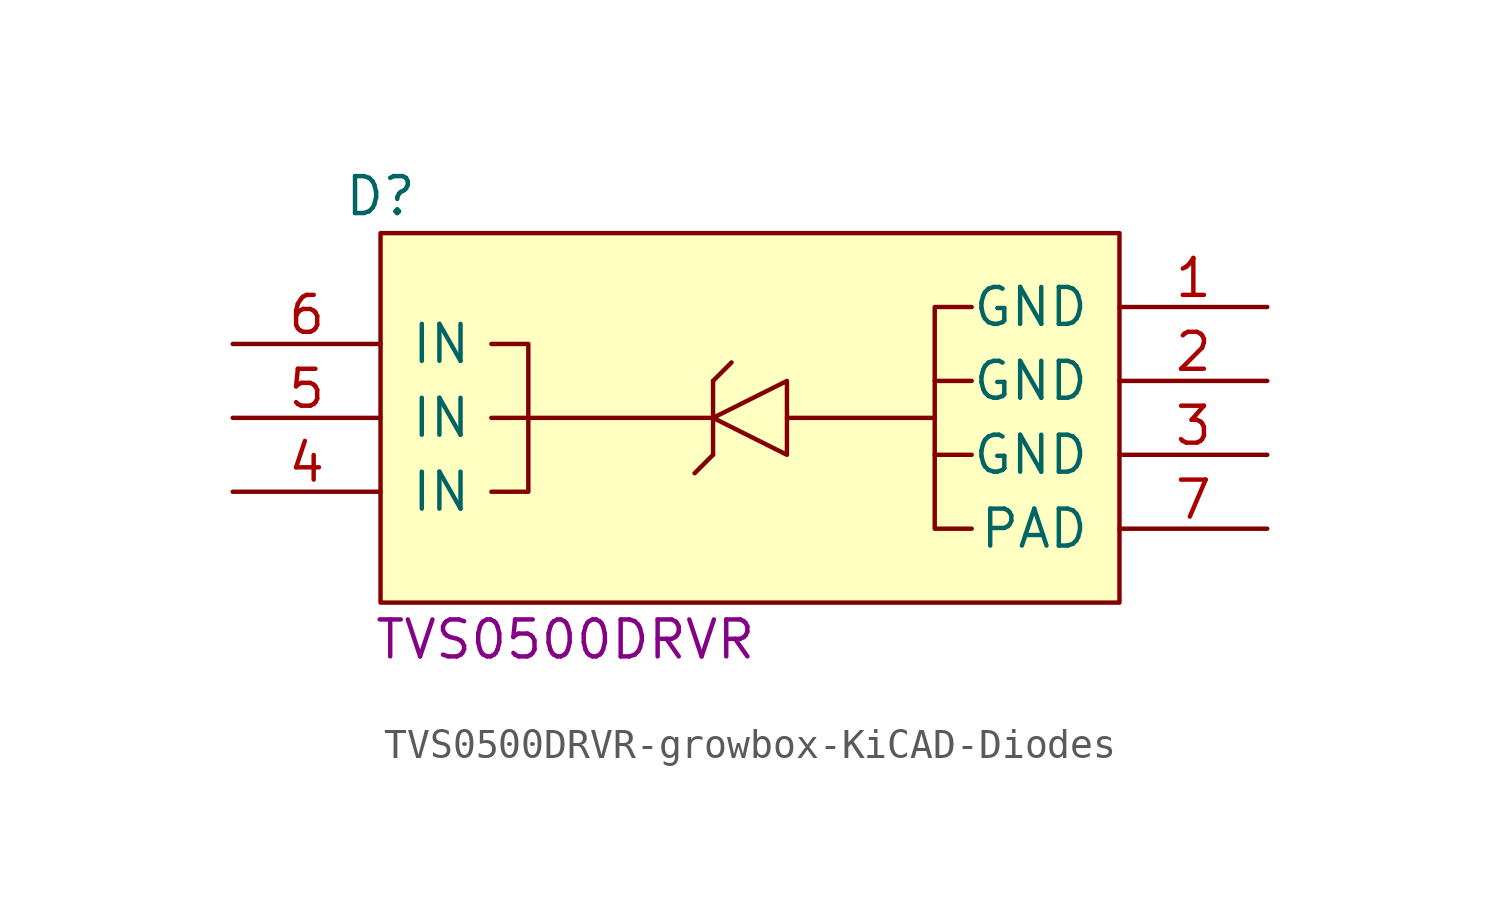
<source format=kicad_sym>
(kicad_symbol_lib
  (version 20231120)
  (generator "kicad_symbol_editor")
  (generator_version "8.0")
  (symbol "TVS0500DRVR-growbox-KiCAD-Diodes"
    (pin_names
      (offset 1.016))
    (property "Reference" "D"
      (at -12.7 1.27 0)
      (effects (font (size 1.27 1.27))))
    (property "_Value_" "TVS0500DRVR"
      (at -6.35 -13.97 0)
      (effects (font (size 1.27 1.27))))
    (symbol "TVS0500DRVR-growbox-KiCAD-Diodes_0_1"
      (rectangle (start -12.7 0) (end 12.7 -12.7) (stroke (width 0) (type solid)) (fill (type background)))
      (polyline (pts (xy -7.62 -6.35) (xy -8.89 -6.35)) (stroke (width 0) (type solid)) (fill (type none)))
      (polyline (pts (xy -1.27 -6.35) (xy -7.62 -6.35)) (stroke (width 0) (type solid)) (fill (type none)))
      (polyline (pts (xy 6.35 -7.62) (xy 7.62 -7.62)) (stroke (width 0) (type solid)) (fill (type none)))
      (polyline (pts (xy 6.35 -6.35) (xy 1.27 -6.35)) (stroke (width 0) (type solid)) (fill (type none)))
      (polyline (pts (xy 6.35 -5.08) (xy 7.62 -5.08)) (stroke (width 0) (type solid)) (fill (type none)))
      (polyline (pts (xy -8.89 -3.81) (xy -7.62 -3.81) (xy -7.62 -8.89) (xy -8.89 -8.89)) (stroke (width 0) (type solid)) (fill (type none)))
      (polyline (pts (xy 7.62 -2.54) (xy 6.35 -2.54) (xy 6.35 -10.16) (xy 7.62 -10.16)) (stroke (width 0) (type solid)) (fill (type none))))
    (symbol "TVS0500DRVR-growbox-KiCAD-Diodes_1_1"
      (polyline (pts (xy -1.27 -7.62) (xy -1.905 -8.255)) (stroke (width 0) (type solid)) (fill (type none)))
      (polyline (pts (xy -1.27 -7.62) (xy -1.27 -5.08)) (stroke (width 0) (type solid)) (fill (type none)))
      (polyline (pts (xy -1.27 -5.08) (xy -0.635 -4.445)) (stroke (width 0) (type solid)) (fill (type none)))
      (polyline (pts (xy 1.27 -7.62) (xy 1.27 -5.08) (xy -1.27 -6.35) (xy 1.27 -7.62)) (stroke (width 0) (type solid)) (fill (type none)))
      (pin passive line (at 17.78 -2.54 180) (length 5.08) (name "GND" (effects (font (size 1.27 1.27)))) (number "1" (effects (font (size 1.27 1.27)))))
      (pin passive line (at 17.78 -5.08 180) (length 5.08) (name "GND" (effects (font (size 1.27 1.27)))) (number "2" (effects (font (size 1.27 1.27)))))
      (pin passive line (at 17.78 -7.62 180) (length 5.08) (name "GND" (effects (font (size 1.27 1.27)))) (number "3" (effects (font (size 1.27 1.27)))))
      (pin passive line (at -17.78 -8.89 0) (length 5.08) (name "IN" (effects (font (size 1.27 1.27)))) (number "4" (effects (font (size 1.27 1.27)))))
      (pin passive line (at -17.78 -6.35 0) (length 5.08) (name "IN" (effects (font (size 1.27 1.27)))) (number "5" (effects (font (size 1.27 1.27)))))
      (pin passive line (at -17.78 -3.81 0) (length 5.08) (name "IN" (effects (font (size 1.27 1.27)))) (number "6" (effects (font (size 1.27 1.27)))))
      (pin passive line (at 17.78 -10.16 180) (length 5.08) (name "PAD" (effects (font (size 1.27 1.27)))) (number "7" (effects (font (size 1.27 1.27))))))))
</source>
